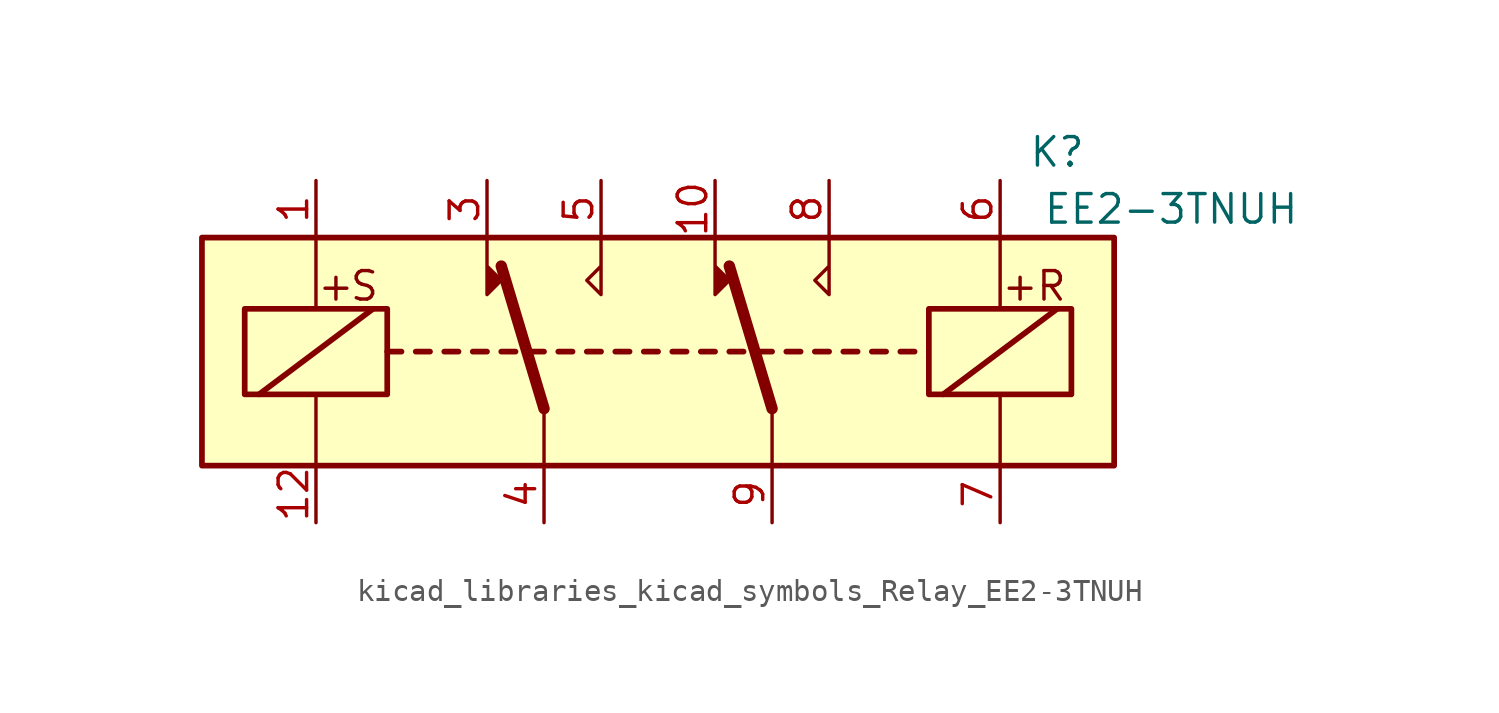
<source format=kicad_sym>
(kicad_symbol_lib
  (version 20220914)
  (generator kicad_symbol_editor)
  (symbol "kicad_libraries_kicad_symbols_Relay_EE2-3TNUH"
    (property "Reference" "K"
      (at 17.78 8.89 0)
      (effects (font (size 1.27 1.27))))
    (property "Value" "EE2-3TNUH"
      (at 22.86 6.35 0)
      (effects (font (size 1.27 1.27))))
    (symbol "kicad_libraries_kicad_symbols_Relay_EE2-3TNUH_1_1"
      (rectangle (start -20.32 5.08) (end 20.32 -5.08) (stroke (width 0.254) (type default)) (fill (type background)))
      (rectangle (start -18.415 1.905) (end -12.065 -1.905) (stroke (width 0.254) (type default)) (fill (type none)))
      (polyline (pts (xy -17.78 -1.905) (xy -12.7 1.905)) (stroke (width 0.254) (type default)) (fill (type none)))
      (polyline (pts (xy -15.24 -5.08) (xy -15.24 -1.905)) (stroke (width 0) (type default)) (fill (type none)))
      (polyline (pts (xy -15.24 5.08) (xy -15.24 1.905)) (stroke (width 0) (type default)) (fill (type none)))
      (polyline (pts (xy -12.065 0) (xy -11.43 0)) (stroke (width 0.254) (type default)) (fill (type none)))
      (polyline (pts (xy -10.795 0) (xy -10.16 0)) (stroke (width 0.254) (type default)) (fill (type none)))
      (polyline (pts (xy -9.525 0) (xy -8.89 0)) (stroke (width 0.254) (type default)) (fill (type none)))
      (polyline (pts (xy -8.255 0) (xy -7.62 0)) (stroke (width 0.254) (type default)) (fill (type none)))
      (polyline (pts (xy -6.985 0) (xy -6.35 0)) (stroke (width 0.254) (type default)) (fill (type none)))
      (polyline (pts (xy -5.715 0) (xy -5.08 0)) (stroke (width 0.254) (type default)) (fill (type none)))
      (polyline (pts (xy -5.08 -2.54) (xy -6.985 3.81)) (stroke (width 0.508) (type default)) (fill (type none)))
      (polyline (pts (xy -5.08 -2.54) (xy -5.08 -5.08)) (stroke (width 0) (type default)) (fill (type none)))
      (polyline (pts (xy -4.445 0) (xy -3.81 0)) (stroke (width 0.254) (type default)) (fill (type none)))
      (polyline (pts (xy -3.175 0) (xy -2.54 0)) (stroke (width 0.254) (type default)) (fill (type none)))
      (polyline (pts (xy -1.905 0) (xy -1.27 0)) (stroke (width 0.254) (type default)) (fill (type none)))
      (polyline (pts (xy -0.635 0) (xy 0 0)) (stroke (width 0.254) (type default)) (fill (type none)))
      (polyline (pts (xy 0.635 0) (xy 1.27 0)) (stroke (width 0.254) (type default)) (fill (type none)))
      (polyline (pts (xy 1.905 0) (xy 2.54 0)) (stroke (width 0.254) (type default)) (fill (type none)))
      (polyline (pts (xy 3.175 0) (xy 3.81 0)) (stroke (width 0.254) (type default)) (fill (type none)))
      (polyline (pts (xy 4.445 0) (xy 5.08 0)) (stroke (width 0.254) (type default)) (fill (type none)))
      (polyline (pts (xy 5.08 -2.54) (xy 3.175 3.81)) (stroke (width 0.508) (type default)) (fill (type none)))
      (polyline (pts (xy 5.08 -2.54) (xy 5.08 -5.08)) (stroke (width 0) (type default)) (fill (type none)))
      (polyline (pts (xy 5.715 0) (xy 6.35 0)) (stroke (width 0.254) (type default)) (fill (type none)))
      (polyline (pts (xy 6.985 0) (xy 7.62 0)) (stroke (width 0.254) (type default)) (fill (type none)))
      (polyline (pts (xy 8.255 0) (xy 8.89 0)) (stroke (width 0.254) (type default)) (fill (type none)))
      (polyline (pts (xy 9.525 0) (xy 10.16 0)) (stroke (width 0.254) (type default)) (fill (type none)))
      (polyline (pts (xy 10.795 0) (xy 11.43 0)) (stroke (width 0.254) (type default)) (fill (type none)))
      (polyline (pts (xy 12.7 -1.905) (xy 17.78 1.905)) (stroke (width 0.254) (type default)) (fill (type none)))
      (polyline (pts (xy 15.24 -5.08) (xy 15.24 -1.905)) (stroke (width 0) (type default)) (fill (type none)))
      (polyline (pts (xy 15.24 5.08) (xy 15.24 1.905)) (stroke (width 0) (type default)) (fill (type none)))
      (polyline (pts (xy -7.62 5.08) (xy -7.62 2.54) (xy -6.985 3.175) (xy -7.62 3.81)) (stroke (width 0) (type default)) (fill (type outline)))
      (polyline (pts (xy -2.54 5.08) (xy -2.54 2.54) (xy -3.175 3.175) (xy -2.54 3.81)) (stroke (width 0) (type default)) (fill (type none)))
      (polyline (pts (xy 2.54 5.08) (xy 2.54 2.54) (xy 3.175 3.175) (xy 2.54 3.81)) (stroke (width 0) (type default)) (fill (type outline)))
      (polyline (pts (xy 7.62 5.08) (xy 7.62 2.54) (xy 6.985 3.175) (xy 7.62 3.81)) (stroke (width 0) (type default)) (fill (type none)))
      (rectangle (start 12.065 1.905) (end 18.415 -1.905) (stroke (width 0.254) (type default)) (fill (type none)))
      (text "+" (at -14.351 2.921 0) (effects (font (size 1.27 1.27))))
      (text "+" (at 16.129 2.921 0) (effects (font (size 1.27 1.27))))
      (text "R" (at 17.526 2.921 0) (effects (font (size 1.27 1.27))))
      (text "S" (at -13.081 2.921 0) (effects (font (size 1.27 1.27))))
      (pin passive line (at -15.24 7.62 270) (length 2.54) (name "~" (effects (font (size 1.27 1.27)))) (number "1" (effects (font (size 1.27 1.27)))))
      (pin passive line (at 2.54 7.62 270) (length 2.54) (name "~" (effects (font (size 1.27 1.27)))) (number "10" (effects (font (size 1.27 1.27)))))
      (pin passive line (at -15.24 -7.62 90) (length 2.54) (name "~" (effects (font (size 1.27 1.27)))) (number "12" (effects (font (size 1.27 1.27)))))
      (pin passive line (at -7.62 7.62 270) (length 2.54) (name "~" (effects (font (size 1.27 1.27)))) (number "3" (effects (font (size 1.27 1.27)))))
      (pin passive line (at -5.08 -7.62 90) (length 2.54) (name "~" (effects (font (size 1.27 1.27)))) (number "4" (effects (font (size 1.27 1.27)))))
      (pin passive line (at -2.54 7.62 270) (length 2.54) (name "~" (effects (font (size 1.27 1.27)))) (number "5" (effects (font (size 1.27 1.27)))))
      (pin passive line (at 15.24 7.62 270) (length 2.54) (name "~" (effects (font (size 1.27 1.27)))) (number "6" (effects (font (size 1.27 1.27)))))
      (pin passive line (at 15.24 -7.62 90) (length 2.54) (name "~" (effects (font (size 1.27 1.27)))) (number "7" (effects (font (size 1.27 1.27)))))
      (pin passive line (at 7.62 7.62 270) (length 2.54) (name "~" (effects (font (size 1.27 1.27)))) (number "8" (effects (font (size 1.27 1.27)))))
      (pin passive line (at 5.08 -7.62 90) (length 2.54) (name "~" (effects (font (size 1.27 1.27)))) (number "9" (effects (font (size 1.27 1.27))))))))
</source>
